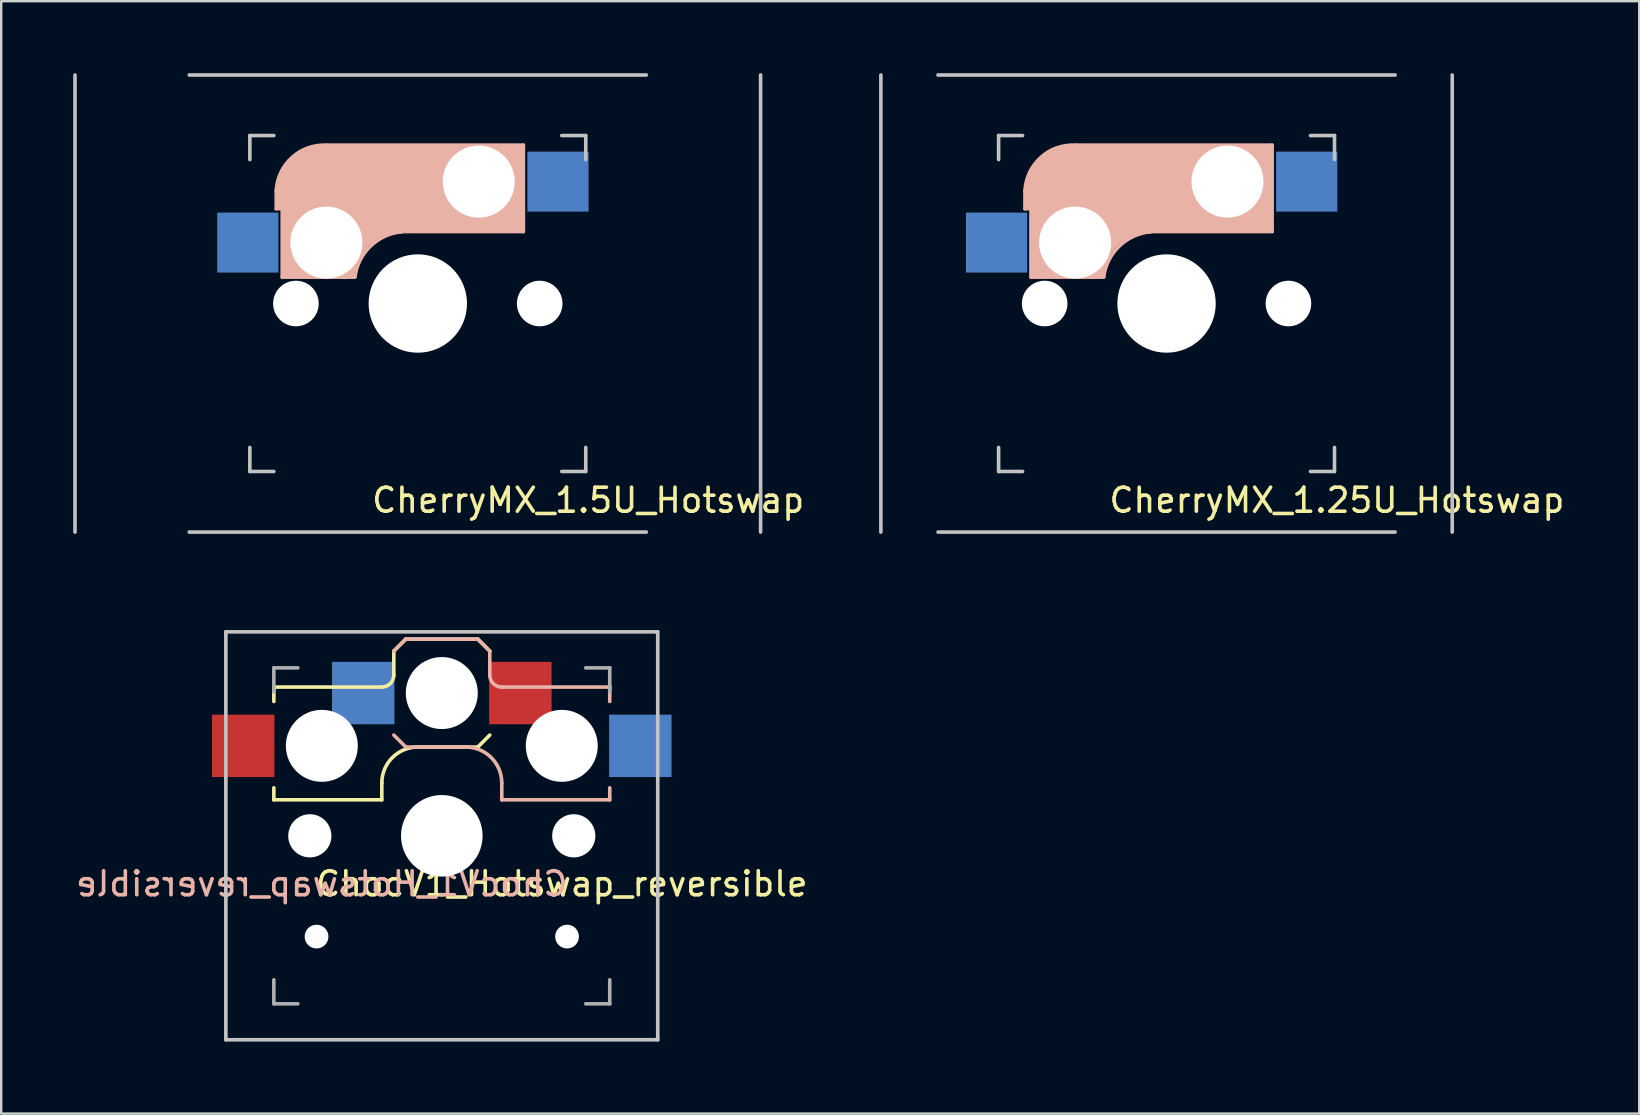
<source format=kicad_pcb>
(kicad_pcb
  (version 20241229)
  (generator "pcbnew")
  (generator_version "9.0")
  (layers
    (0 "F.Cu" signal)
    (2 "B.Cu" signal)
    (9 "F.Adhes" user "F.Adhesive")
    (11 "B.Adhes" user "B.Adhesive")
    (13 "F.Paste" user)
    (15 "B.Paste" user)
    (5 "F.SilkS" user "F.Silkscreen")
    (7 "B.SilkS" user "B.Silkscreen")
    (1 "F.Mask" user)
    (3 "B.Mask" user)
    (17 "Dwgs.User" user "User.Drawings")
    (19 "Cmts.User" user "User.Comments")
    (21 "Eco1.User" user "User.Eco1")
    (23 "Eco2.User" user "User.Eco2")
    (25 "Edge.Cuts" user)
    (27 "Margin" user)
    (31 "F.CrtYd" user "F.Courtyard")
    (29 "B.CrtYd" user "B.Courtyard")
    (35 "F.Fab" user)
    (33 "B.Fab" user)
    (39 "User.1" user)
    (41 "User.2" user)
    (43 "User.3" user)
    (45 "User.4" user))
  (footprint "ChocV1_Hotswap_reversible"
    (layer "F.Cu")
    (at 15.363 31.785)
    (property "Reference" "ChocV1_Hotswap_reversible" (at 5 2 180) (layer "F.SilkS") (effects (font (size 1 1) (thickness 0.15))))
    (attr smd)
    (fp_line (start -7 -6.2) (end -2.5 -6.2) (stroke (width 0.15) (type solid)) (layer "F.SilkS"))
    (fp_line (start -7 -5.6) (end -7 -6.2) (stroke (width 0.15) (type solid)) (layer "F.SilkS"))
    (fp_line (start -7 -1.5) (end -7 -2) (stroke (width 0.15) (type solid)) (layer "F.SilkS"))
    (fp_line (start -2.5 -2.2) (end -2.5 -1.5) (stroke (width 0.15) (type solid)) (layer "F.SilkS"))
    (fp_line (start -2.5 -1.5) (end -7 -1.5) (stroke (width 0.15) (type solid)) (layer "F.SilkS"))
    (fp_line (start -2 -6.7) (end -2 -7.7) (stroke (width 0.15) (type solid)) (layer "F.SilkS"))
    (fp_line (start -1.5 -8.2) (end -2 -7.7) (stroke (width 0.15) (type solid)) (layer "F.SilkS"))
    (fp_line (start 1.5 -8.2) (end -1.5 -8.2) (stroke (width 0.15) (type solid)) (layer "F.SilkS"))
    (fp_line (start 1.5 -3.7) (end -1 -3.7) (stroke (width 0.15) (type solid)) (layer "F.SilkS"))
    (fp_line (start 2 -7.7) (end 1.5 -8.2) (stroke (width 0.15) (type solid)) (layer "F.SilkS"))
    (fp_line (start 2 -4.2) (end 1.5 -3.7) (stroke (width 0.15) (type solid)) (layer "F.SilkS"))
    (fp_arc (start -2.5 -2.2) (mid -2.06066 -3.26066) (end -1 -3.7) (stroke (width 0.15) (type solid)) (layer "F.SilkS"))
    (fp_arc (start -2 -6.7) (mid -2.146447 -6.346447) (end -2.5 -6.2) (stroke (width 0.15) (type solid)) (layer "F.SilkS"))
    (fp_line (start -2 -7.7) (end -1.5 -8.2) (stroke (width 0.15) (type solid)) (layer "B.SilkS"))
    (fp_line (start -2 -4.2) (end -1.5 -3.7) (stroke (width 0.15) (type solid)) (layer "B.SilkS"))
    (fp_line (start -1.5 -8.2) (end 1.5 -8.2) (stroke (width 0.15) (type solid)) (layer "B.SilkS"))
    (fp_line (start -1.5 -3.7) (end 1 -3.7) (stroke (width 0.15) (type solid)) (layer "B.SilkS"))
    (fp_line (start 1.5 -8.2) (end 2 -7.7) (stroke (width 0.15) (type solid)) (layer "B.SilkS"))
    (fp_line (start 2 -6.7) (end 2 -7.7) (stroke (width 0.15) (type solid)) (layer "B.SilkS"))
    (fp_line (start 2.5 -2.2) (end 2.5 -1.5) (stroke (width 0.15) (type solid)) (layer "B.SilkS"))
    (fp_line (start 2.5 -1.5) (end 7 -1.5) (stroke (width 0.15) (type solid)) (layer "B.SilkS"))
    (fp_line (start 7 -6.2) (end 2.5 -6.2) (stroke (width 0.15) (type solid)) (layer "B.SilkS"))
    (fp_line (start 7 -5.6) (end 7 -6.2) (stroke (width 0.15) (type solid)) (layer "B.SilkS"))
    (fp_line (start 7 -1.5) (end 7 -2) (stroke (width 0.15) (type solid)) (layer "B.SilkS"))
    (fp_arc (start 1 -3.7) (mid 2.06066 -3.26066) (end 2.5 -2.2) (stroke (width 0.15) (type solid)) (layer "B.SilkS"))
    (fp_arc (start 2.5 -6.2) (mid 2.146447 -6.346447) (end 2 -6.7) (stroke (width 0.15) (type solid)) (layer "B.SilkS"))
    (fp_line (start -9 -8.5) (end 9 -8.5) (stroke (width 0.152) (type solid)) (layer "Dwgs.User"))
    (fp_line (start -9 8.5) (end -9 -8.5) (stroke (width 0.152) (type solid)) (layer "Dwgs.User"))
    (fp_line (start 9 -8.5) (end 9 8.5) (stroke (width 0.152) (type solid)) (layer "Dwgs.User"))
    (fp_line (start 9 8.5) (end -9 8.5) (stroke (width 0.152) (type solid)) (layer "Dwgs.User"))
    (fp_line (start -7.5 -7.5) (end 7.5 -7.5) (stroke (width 0.152) (type solid)) (layer "Eco2.User"))
    (fp_line (start -7.5 7.5) (end -7.5 -7.5) (stroke (width 0.152) (type solid)) (layer "Eco2.User"))
    (fp_line (start -2.6 3.1) (end -2.6 6.3) (stroke (width 0.15) (type solid)) (layer "Eco2.User"))
    (fp_line (start -2.6 6.3) (end 2.6 6.3) (stroke (width 0.15) (type solid)) (layer "Eco2.User"))
    (fp_line (start 2.6 3.1) (end -2.6 3.1) (stroke (width 0.15) (type solid)) (layer "Eco2.User"))
    (fp_line (start 2.6 3.1) (end 2.6 6.3) (stroke (width 0.15) (type solid)) (layer "Eco2.User"))
    (fp_line (start 7.5 -7.5) (end 7.5 7.5) (stroke (width 0.152) (type solid)) (layer "Eco2.User"))
    (fp_line (start 7.5 7.5) (end -7.5 7.5) (stroke (width 0.152) (type solid)) (layer "Eco2.User"))
    (fp_line (start -7 -7) (end -6 -7) (stroke (width 0.15) (type solid)) (layer "F.Fab"))
    (fp_line (start -7 -6) (end -7 -7) (stroke (width 0.15) (type solid)) (layer "F.Fab"))
    (fp_line (start -7 7) (end -7 6) (stroke (width 0.15) (type solid)) (layer "F.Fab"))
    (fp_line (start -6 7) (end -7 7) (stroke (width 0.15) (type solid)) (layer "F.Fab"))
    (fp_line (start 6 -7) (end 7 -7) (stroke (width 0.15) (type solid)) (layer "F.Fab"))
    (fp_line (start 7 -7) (end 7 -6) (stroke (width 0.15) (type solid)) (layer "F.Fab"))
    (fp_line (start 7 6) (end 7 7) (stroke (width 0.15) (type solid)) (layer "F.Fab"))
    (fp_line (start 7 7) (end 6 7) (stroke (width 0.15) (type solid)) (layer "F.Fab"))
    (fp_poly (pts (xy -7.144 -8.334) (xy -4.763 -8.334) (xy -3.572 -9.525) (xy 3.572 -9.525) (xy 4.763 -8.334) (xy 7.144 -8.334) (xy 8.334 -7.144) (xy 8.334 -5.953) (xy 9.525 -4.763) (xy 9.525 0) (xy 8.334 1.191) (xy 7.144 1.191) (xy 7.144 7.144) (xy -7.144 7.144) (xy -7.144 1.191) (xy -8.334 1.191) (xy -9.525 0) (xy -9.525 -4.763) (xy -8.334 -5.953) (xy -8.334 -7.144)) (stroke (width 0.12) (type dot)) (fill no) (layer "User.2"))
    (fp_text user "${REFERENCE}" (at -5 2 180) (layer "B.SilkS") (effects (font (size 1 1) (thickness 0.15)) (justify mirror)))
    (pad "" np_thru_hole circle (at -5.5 0 180) (size 1.8 1.8) (drill 1.8) (layers "*.Cu" "*.Mask"))
    (pad "" np_thru_hole circle (at -5.22 4.2 180) (size 0.991 0.991) (drill 0.991) (layers "*.Cu" "*.Mask"))
    (pad "" np_thru_hole circle (at -5 -3.75 180) (size 3 3) (drill 3) (layers "*.Cu" "*.Mask"))
    (pad "" np_thru_hole circle (at 0 -5.95 180) (size 3 3) (drill 3) (layers "*.Cu" "*.Mask"))
    (pad "" np_thru_hole circle (at 0 0 180) (size 3.4 3.4) (drill 3.4) (layers "*.Cu" "*.Mask"))
    (pad "" np_thru_hole circle (at 5 -3.75 180) (size 3 3) (drill 3) (layers "*.Cu" "*.Mask"))
    (pad "" np_thru_hole circle (at 5.22 4.2 180) (size 0.991 0.991) (drill 0.991) (layers "*.Cu" "*.Mask"))
    (pad "" np_thru_hole circle (at 5.5 0 180) (size 1.8 1.8) (drill 1.8) (layers "*.Cu" "*.Mask"))
    (pad "1" smd rect (at -3.275 -5.95 180) (size 2.6 2.6) (layers "B.Cu" "B.Mask" "B.Paste"))
    (pad "1" smd rect (at 3.275 -5.95 180) (size 2.6 2.6) (layers "F.Cu" "F.Mask" "F.Paste"))
    (pad "2" smd rect (at -8.275 -3.75 180) (size 2.6 2.6) (layers "F.Cu" "F.Mask" "F.Paste"))
    (pad "2" smd rect (at 8.275 -3.75 180) (size 2.6 2.6) (layers "B.Cu" "B.Mask" "B.Paste")))
  (footprint "CherryMX_1.5U_Hotswap"
    (layer "F.Cu")
    (at 14.363 9.6)
    (property "Reference" "CherryMX_1.5U_Hotswap" (at 7.1 8.2 0) (layer "F.SilkS") (effects (font (size 1 1) (thickness 0.15))))
    (attr through_hole)
    (fp_line (start -5.9 -4.7) (end -5.9 -3.95) (stroke (width 0.15) (type solid)) (layer "B.SilkS"))
    (fp_line (start -5.9 -3.95) (end -5.7 -3.95) (stroke (width 0.15) (type solid)) (layer "B.SilkS"))
    (fp_line (start -5.8 -4.05) (end -5.8 -4.7) (stroke (width 0.3) (type solid)) (layer "B.SilkS"))
    (fp_line (start -5.65 -5.55) (end -5.65 -1.1) (stroke (width 0.15) (type solid)) (layer "B.SilkS"))
    (fp_line (start -5.65 -1.1) (end -2.62 -1.1) (stroke (width 0.15) (type solid)) (layer "B.SilkS"))
    (fp_line (start -5.45 -1.3) (end -3 -1.3) (stroke (width 0.5) (type solid)) (layer "B.SilkS"))
    (fp_line (start -5.3 -1.6) (end -5.3 -3.4) (stroke (width 0.8) (type solid)) (layer "B.SilkS"))
    (fp_line (start -4.17 -5.1) (end -4.17 -2.86) (stroke (width 3) (type solid)) (layer "B.SilkS"))
    (fp_line (start -0.4 -3) (end 4.4 -3) (stroke (width 0.15) (type solid)) (layer "B.SilkS"))
    (fp_line (start 2.6 -4.8) (end -4.1 -4.8) (stroke (width 3.5) (type solid)) (layer "B.SilkS"))
    (fp_line (start 3.9 -6) (end 3.9 -3.5) (stroke (width 1) (type solid)) (layer "B.SilkS"))
    (fp_line (start 4.2 -3.25) (end 2.9 -3.3) (stroke (width 0.5) (type solid)) (layer "B.SilkS"))
    (fp_line (start 4.25 -6.4) (end 3 -6.4) (stroke (width 0.4) (type solid)) (layer "B.SilkS"))
    (fp_line (start 4.38 -4) (end 4.38 -6.25) (stroke (width 0.15) (type solid)) (layer "B.SilkS"))
    (fp_line (start 4.4 -6.6) (end -3.8 -6.6) (stroke (width 0.15) (type solid)) (layer "B.SilkS"))
    (fp_line (start 4.4 -3) (end 4.4 -6.6) (stroke (width 0.15) (type solid)) (layer "B.SilkS"))
    (fp_arc (start -5.9 -4.699999) (mid -5.243504 -6.084924) (end -3.800001 -6.6) (stroke (width 0.15) (type solid)) (layer "B.SilkS"))
    (fp_arc (start -3.016318 -1.521471) (mid -2.268709 -2.886118) (end -0.8 -3.4) (stroke (width 1) (type solid)) (layer "B.SilkS"))
    (fp_arc (start -2.616318 -1.121471) (mid -1.868709 -2.486118) (end -0.4 -3) (stroke (width 0.15) (type solid)) (layer "B.SilkS"))
    (fp_line (start -14.287 9.525) (end -14.287 -9.525) (stroke (width 0.15) (type solid)) (layer "Dwgs.User"))
    (fp_line (start -9.525 -9.525) (end 9.525 -9.525) (stroke (width 0.15) (type solid)) (layer "Dwgs.User"))
    (fp_line (start -7 -7) (end -6 -7) (stroke (width 0.15) (type solid)) (layer "Dwgs.User"))
    (fp_line (start -7 -6) (end -7 -7) (stroke (width 0.15) (type solid)) (layer "Dwgs.User"))
    (fp_line (start -7 6) (end -7 7) (stroke (width 0.15) (type solid)) (layer "Dwgs.User"))
    (fp_line (start -7 7) (end -6 7) (stroke (width 0.15) (type solid)) (layer "Dwgs.User"))
    (fp_line (start 6 7) (end 7 7) (stroke (width 0.15) (type solid)) (layer "Dwgs.User"))
    (fp_line (start 7 -7) (end 6 -7) (stroke (width 0.15) (type solid)) (layer "Dwgs.User"))
    (fp_line (start 7 -7) (end 7 -6) (stroke (width 0.15) (type solid)) (layer "Dwgs.User"))
    (fp_line (start 7 7) (end 7 6) (stroke (width 0.15) (type solid)) (layer "Dwgs.User"))
    (fp_line (start 9.525 9.525) (end -9.525 9.525) (stroke (width 0.15) (type solid)) (layer "Dwgs.User"))
    (fp_line (start 14.287 -9.525) (end 14.287 9.525) (stroke (width 0.15) (type solid)) (layer "Dwgs.User"))
    (fp_poly (pts (xy 7.144 -8.334) (xy 4.763 -8.334) (xy 3.572 -9.525) (xy -3.572 -9.525) (xy -5.953 -7.144) (xy -7.144 -7.144) (xy -7.144 -5.953) (xy -8.334 -5.953) (xy -9.525 -4.763) (xy -9.525 0) (xy -8.334 1.191) (xy -7.144 1.191) (xy -7.144 7.144) (xy 7.144 7.144) (xy 7.144 -1.191) (xy 8.334 -2.381) (xy 8.334 -7.144)) (stroke (width 0.12) (type dash_dot_dot)) (fill no) (layer "User.2"))
    (fp_poly (pts (xy -7.144 -8.334) (xy -4.763 -8.334) (xy -3.572 -9.525) (xy 3.572 -9.525) (xy 4.763 -8.334) (xy 7.144 -8.334) (xy 8.334 -7.144) (xy 8.334 -5.953) (xy 9.525 -4.763) (xy 9.525 0) (xy 8.334 1.191) (xy 7.144 1.191) (xy 7.144 7.144) (xy -7.144 7.144) (xy -7.144 1.191) (xy -8.334 1.191) (xy -9.525 0) (xy -9.525 -4.763) (xy -8.334 -5.953) (xy -8.334 -7.144)) (stroke (width 0.12) (type dot)) (fill no) (layer "User.2"))
    (pad "" np_thru_hole circle (at -5.08 0) (size 1.9 1.9) (drill 1.9) (layers "*.Cu" "*.Mask"))
    (pad "" np_thru_hole circle (at -3.81 -2.54) (size 3 3) (drill 3) (layers "*.Cu" "*.Mask"))
    (pad "" np_thru_hole circle (at 0 0 90) (size 4.1 4.1) (drill 4.1) (layers "*.Cu" "*.Mask"))
    (pad "" np_thru_hole circle (at 2.54 -5.08) (size 3 3) (drill 3) (layers "*.Cu" "*.Mask"))
    (pad "" np_thru_hole circle (at 5.08 0) (size 1.9 1.9) (drill 1.9) (layers "*.Cu" "*.Mask"))
    (pad "1" smd rect (at -7.085 -2.54 180) (size 2.55 2.5) (layers "B.Cu" "B.Mask" "B.Paste"))
    (pad "2" smd rect (at 5.842 -5.08 180) (size 2.55 2.5) (layers "B.Cu" "B.Mask" "B.Paste")))
  (footprint "CherryMX_1.25U_Hotswap"
    (layer "F.Cu")
    (at 45.569 9.6)
    (property "Reference" "CherryMX_1.25U_Hotswap" (at 7.1 8.2 0) (layer "F.SilkS") (effects (font (size 1 1) (thickness 0.15))))
    (attr through_hole)
    (fp_line (start -5.9 -4.7) (end -5.9 -3.95) (stroke (width 0.15) (type solid)) (layer "B.SilkS"))
    (fp_line (start -5.9 -3.95) (end -5.7 -3.95) (stroke (width 0.15) (type solid)) (layer "B.SilkS"))
    (fp_line (start -5.8 -4.05) (end -5.8 -4.7) (stroke (width 0.3) (type solid)) (layer "B.SilkS"))
    (fp_line (start -5.65 -5.55) (end -5.65 -1.1) (stroke (width 0.15) (type solid)) (layer "B.SilkS"))
    (fp_line (start -5.65 -1.1) (end -2.62 -1.1) (stroke (width 0.15) (type solid)) (layer "B.SilkS"))
    (fp_line (start -5.45 -1.3) (end -3 -1.3) (stroke (width 0.5) (type solid)) (layer "B.SilkS"))
    (fp_line (start -5.3 -1.6) (end -5.3 -3.4) (stroke (width 0.8) (type solid)) (layer "B.SilkS"))
    (fp_line (start -4.17 -5.1) (end -4.17 -2.86) (stroke (width 3) (type solid)) (layer "B.SilkS"))
    (fp_line (start -0.4 -3) (end 4.4 -3) (stroke (width 0.15) (type solid)) (layer "B.SilkS"))
    (fp_line (start 2.6 -4.8) (end -4.1 -4.8) (stroke (width 3.5) (type solid)) (layer "B.SilkS"))
    (fp_line (start 3.9 -6) (end 3.9 -3.5) (stroke (width 1) (type solid)) (layer "B.SilkS"))
    (fp_line (start 4.2 -3.25) (end 2.9 -3.3) (stroke (width 0.5) (type solid)) (layer "B.SilkS"))
    (fp_line (start 4.25 -6.4) (end 3 -6.4) (stroke (width 0.4) (type solid)) (layer "B.SilkS"))
    (fp_line (start 4.38 -4) (end 4.38 -6.25) (stroke (width 0.15) (type solid)) (layer "B.SilkS"))
    (fp_line (start 4.4 -6.6) (end -3.8 -6.6) (stroke (width 0.15) (type solid)) (layer "B.SilkS"))
    (fp_line (start 4.4 -3) (end 4.4 -6.6) (stroke (width 0.15) (type solid)) (layer "B.SilkS"))
    (fp_arc (start -5.9 -4.699999) (mid -5.243504 -6.084924) (end -3.800001 -6.6) (stroke (width 0.15) (type solid)) (layer "B.SilkS"))
    (fp_arc (start -3.016318 -1.521471) (mid -2.268709 -2.886118) (end -0.8 -3.4) (stroke (width 1) (type solid)) (layer "B.SilkS"))
    (fp_arc (start -2.616318 -1.121471) (mid -1.868709 -2.486118) (end -0.4 -3) (stroke (width 0.15) (type solid)) (layer "B.SilkS"))
    (fp_line (start -11.906 9.525) (end -11.906 -9.525) (stroke (width 0.15) (type solid)) (layer "Dwgs.User"))
    (fp_line (start -9.525 -9.525) (end 9.525 -9.525) (stroke (width 0.15) (type solid)) (layer "Dwgs.User"))
    (fp_line (start -7 -7) (end -6 -7) (stroke (width 0.15) (type solid)) (layer "Dwgs.User"))
    (fp_line (start -7 -6) (end -7 -7) (stroke (width 0.15) (type solid)) (layer "Dwgs.User"))
    (fp_line (start -7 6) (end -7 7) (stroke (width 0.15) (type solid)) (layer "Dwgs.User"))
    (fp_line (start -7 7) (end -6 7) (stroke (width 0.15) (type solid)) (layer "Dwgs.User"))
    (fp_line (start 6 7) (end 7 7) (stroke (width 0.15) (type solid)) (layer "Dwgs.User"))
    (fp_line (start 7 -7) (end 6 -7) (stroke (width 0.15) (type solid)) (layer "Dwgs.User"))
    (fp_line (start 7 -7) (end 7 -6) (stroke (width 0.15) (type solid)) (layer "Dwgs.User"))
    (fp_line (start 7 7) (end 7 6) (stroke (width 0.15) (type solid)) (layer "Dwgs.User"))
    (fp_line (start 9.525 9.525) (end -9.525 9.525) (stroke (width 0.15) (type solid)) (layer "Dwgs.User"))
    (fp_line (start 11.906 -9.525) (end 11.906 9.525) (stroke (width 0.15) (type solid)) (layer "Dwgs.User"))
    (fp_poly (pts (xy 7.144 -7.144) (xy -7.144 -7.144) (xy -7.144 -4.763) (xy -8.334 -3.572) (xy -8.334 -1.191) (xy -7.144 -1.191) (xy -5.953 0) (xy -5.953 0.595) (xy -4.763 1.191) (xy -2.381 1.191) (xy 0 2.381) (xy 2.381 1.191) (xy 4.763 1.191) (xy 5.953 0.595) (xy 5.953 0) (xy 7.144 -1.191) (xy 8.334 -1.191) (xy 8.334 -3.572) (xy 7.144 -4.763)) (stroke (width 0.12) (type solid)) (fill no) (layer "User.1"))
    (fp_poly (pts (xy 7.144 -8.334) (xy 4.763 -8.334) (xy 3.572 -9.525) (xy -3.572 -9.525) (xy -5.953 -7.144) (xy -7.144 -7.144) (xy -7.144 -5.953) (xy -8.334 -5.953) (xy -9.525 -4.763) (xy -9.525 0) (xy -8.334 1.191) (xy -7.144 1.191) (xy -7.144 7.144) (xy 7.144 7.144) (xy 7.144 -1.191) (xy 8.334 -2.381) (xy 8.334 -7.144)) (stroke (width 0.12) (type dash_dot_dot)) (fill no) (layer "User.2"))
    (fp_poly (pts (xy -7.144 -8.334) (xy -4.763 -8.334) (xy -3.572 -9.525) (xy 3.572 -9.525) (xy 4.763 -8.334) (xy 7.144 -8.334) (xy 8.334 -7.144) (xy 8.334 -5.953) (xy 9.525 -4.763) (xy 9.525 0) (xy 8.334 1.191) (xy 7.144 1.191) (xy 7.144 7.144) (xy -7.144 7.144) (xy -7.144 1.191) (xy -8.334 1.191) (xy -9.525 0) (xy -9.525 -4.763) (xy -8.334 -5.953) (xy -8.334 -7.144)) (stroke (width 0.12) (type dot)) (fill no) (layer "User.2"))
    (fp_poly (pts (xy 3.572 -7.144) (xy 3.572 7.144) (xy 2.381 8.334) (xy -2.381 8.334) (xy -3.572 7.144) (xy -3.572 -7.144) (xy -2.381 -8.334) (xy 2.381 -8.334)) (stroke (width 0.1) (type solid)) (fill no) (layer "User.3"))
    (fp_poly (pts (xy 7.144 7.144) (xy -7.144 7.144) (xy -7.144 -7.144) (xy 7.144 -7.144)) (stroke (width 0.1) (type solid)) (fill no) (layer "User.4"))
    (pad "" np_thru_hole circle (at -5.08 0) (size 1.9 1.9) (drill 1.9) (layers "*.Cu" "*.Mask"))
    (pad "" np_thru_hole circle (at -3.81 -2.54) (size 3 3) (drill 3) (layers "*.Cu" "*.Mask"))
    (pad "" np_thru_hole circle (at 0 0 90) (size 4.1 4.1) (drill 4.1) (layers "*.Cu" "*.Mask"))
    (pad "" np_thru_hole circle (at 2.54 -5.08) (size 3 3) (drill 3) (layers "*.Cu" "*.Mask"))
    (pad "" np_thru_hole circle (at 5.08 0) (size 1.9 1.9) (drill 1.9) (layers "*.Cu" "*.Mask"))
    (pad "1" smd rect (at -7.085 -2.54 180) (size 2.55 2.5) (layers "B.Cu" "B.Mask" "B.Paste"))
    (pad "2" smd rect (at 5.842 -5.08 180) (size 2.55 2.5) (layers "B.Cu" "B.Mask" "B.Paste")))
  (gr_rect
    (start -3 -3)
    (end 65.27 43.361)
    (stroke (width 0.1) (type default))
    (fill no)
    (layer "Edge.Cuts")))
</source>
